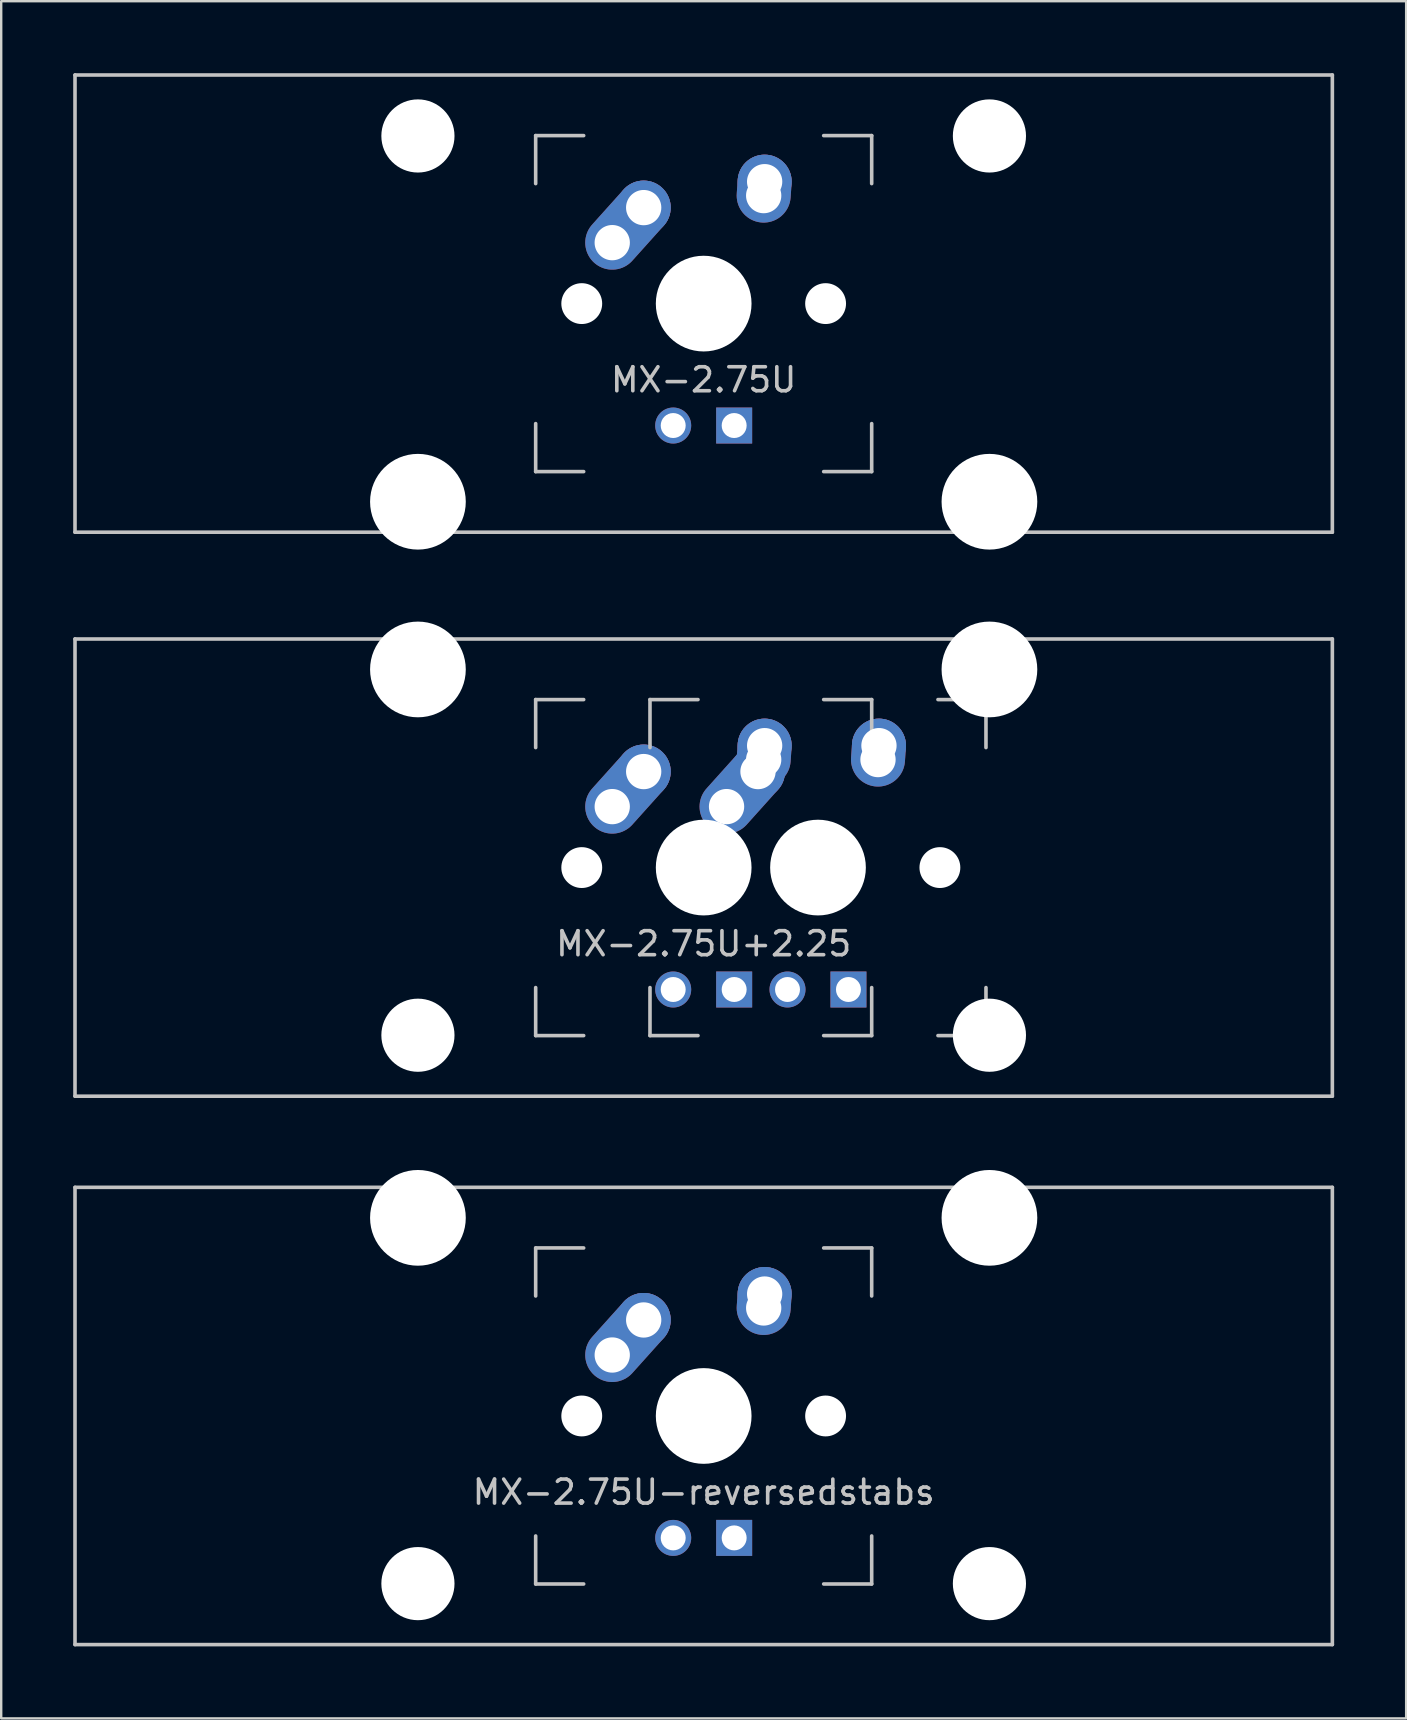
<source format=kicad_pcb>
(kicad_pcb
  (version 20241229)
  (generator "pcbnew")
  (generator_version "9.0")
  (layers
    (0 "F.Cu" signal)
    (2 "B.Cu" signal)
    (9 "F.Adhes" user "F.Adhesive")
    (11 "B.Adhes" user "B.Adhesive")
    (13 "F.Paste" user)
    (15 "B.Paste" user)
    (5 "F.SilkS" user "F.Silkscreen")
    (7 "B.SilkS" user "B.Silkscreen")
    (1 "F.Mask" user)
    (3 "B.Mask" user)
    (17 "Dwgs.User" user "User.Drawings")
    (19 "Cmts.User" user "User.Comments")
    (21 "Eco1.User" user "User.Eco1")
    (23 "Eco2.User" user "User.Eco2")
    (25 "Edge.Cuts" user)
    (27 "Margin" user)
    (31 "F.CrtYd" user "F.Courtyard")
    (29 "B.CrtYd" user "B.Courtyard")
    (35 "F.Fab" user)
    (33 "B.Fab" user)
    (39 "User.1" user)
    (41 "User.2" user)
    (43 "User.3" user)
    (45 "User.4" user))
  (footprint "MX-2.75U"
    (layer "F.Cu")
    (at 26.269 9.6)
    (property "Reference" "MX-2.75U" (at 0 3.175 0) (layer "Dwgs.User") (effects (font (size 1 1) (thickness 0.15))))
    (attr through_hole)
    (fp_line (start -26.194 -9.525) (end 26.194 -9.525) (stroke (width 0.15) (type solid)) (layer "Dwgs.User"))
    (fp_line (start -26.194 9.525) (end -26.194 -9.525) (stroke (width 0.15) (type solid)) (layer "Dwgs.User"))
    (fp_line (start -26.194 9.525) (end 26.194 9.525) (stroke (width 0.15) (type solid)) (layer "Dwgs.User"))
    (fp_line (start -7 -7) (end -7 -5) (stroke (width 0.15) (type solid)) (layer "Dwgs.User"))
    (fp_line (start -7 5) (end -7 7) (stroke (width 0.15) (type solid)) (layer "Dwgs.User"))
    (fp_line (start -7 7) (end -5 7) (stroke (width 0.15) (type solid)) (layer "Dwgs.User"))
    (fp_line (start -5 -7) (end -7 -7) (stroke (width 0.15) (type solid)) (layer "Dwgs.User"))
    (fp_line (start 5 -7) (end 7 -7) (stroke (width 0.15) (type solid)) (layer "Dwgs.User"))
    (fp_line (start 5 7) (end 7 7) (stroke (width 0.15) (type solid)) (layer "Dwgs.User"))
    (fp_line (start 7 -7) (end 7 -5) (stroke (width 0.15) (type solid)) (layer "Dwgs.User"))
    (fp_line (start 7 7) (end 7 5) (stroke (width 0.15) (type solid)) (layer "Dwgs.User"))
    (fp_line (start 26.194 -9.525) (end 26.194 9.525) (stroke (width 0.15) (type solid)) (layer "Dwgs.User"))
    (pad "" np_thru_hole circle (at -11.906 -6.985) (size 3.048 3.048) (drill 3.048) (layers "*.Cu" "*.Mask"))
    (pad "" np_thru_hole circle (at -11.906 8.255) (size 3.988 3.988) (drill 3.988) (layers "*.Cu" "*.Mask"))
    (pad "" np_thru_hole circle (at -5.08 0 48.1) (size 1.702 1.702) (drill 1.702) (layers "*.Cu" "*.Mask"))
    (pad "" np_thru_hole circle (at 0 0) (size 3.988 3.988) (drill 3.988) (layers "*.Cu" "*.Mask"))
    (pad "" np_thru_hole circle (at 5.08 0 48.1) (size 1.702 1.702) (drill 1.702) (layers "*.Cu" "*.Mask"))
    (pad "" np_thru_hole circle (at 11.906 -6.985) (size 3.048 3.048) (drill 3.048) (layers "*.Cu" "*.Mask"))
    (pad "" np_thru_hole circle (at 11.906 8.255) (size 3.988 3.988) (drill 3.988) (layers "*.Cu" "*.Mask"))
    (pad "1" thru_hole oval (at -3.81 -2.54 48.1) (size 4.212 2.25) (drill 1.47 (offset 0.981 0)) (layers "*.Cu" "*.Mask"))
    (pad "1" thru_hole circle (at -2.5 -4) (size 2.25 2.25) (drill 1.47) (layers "*.Cu" "*.Mask"))
    (pad "2" thru_hole oval (at 2.5 -4.5 86.055) (size 2.831 2.25) (drill 1.47 (offset 0.291 0)) (layers "*.Cu" "*.Mask"))
    (pad "2" thru_hole circle (at 2.54 -5.08) (size 2.25 2.25) (drill 1.47) (layers "*.Cu" "*.Mask"))
    (pad "3" thru_hole circle (at -1.27 5.08) (size 1.5 1.5) (drill 1.04) (layers "*.Cu" "*.Mask"))
    (pad "4" thru_hole rect (at 1.27 5.08) (size 1.5 1.5) (drill 1.04) (layers "*.Cu" "*.Mask")))
  (footprint "MX-2.75U-reversedstabs"
    (layer "F.Cu")
    (at 26.269 55.947)
    (property "Reference" "MX-2.75U-reversedstabs" (at 0 3.175 0) (layer "Dwgs.User") (effects (font (size 1 1) (thickness 0.15))))
    (attr through_hole)
    (fp_line (start -26.194 -9.525) (end 26.194 -9.525) (stroke (width 0.15) (type solid)) (layer "Dwgs.User"))
    (fp_line (start -26.194 9.525) (end -26.194 -9.525) (stroke (width 0.15) (type solid)) (layer "Dwgs.User"))
    (fp_line (start -26.194 9.525) (end 26.194 9.525) (stroke (width 0.15) (type solid)) (layer "Dwgs.User"))
    (fp_line (start -7 -7) (end -7 -5) (stroke (width 0.15) (type solid)) (layer "Dwgs.User"))
    (fp_line (start -7 5) (end -7 7) (stroke (width 0.15) (type solid)) (layer "Dwgs.User"))
    (fp_line (start -7 7) (end -5 7) (stroke (width 0.15) (type solid)) (layer "Dwgs.User"))
    (fp_line (start -5 -7) (end -7 -7) (stroke (width 0.15) (type solid)) (layer "Dwgs.User"))
    (fp_line (start 5 -7) (end 7 -7) (stroke (width 0.15) (type solid)) (layer "Dwgs.User"))
    (fp_line (start 5 7) (end 7 7) (stroke (width 0.15) (type solid)) (layer "Dwgs.User"))
    (fp_line (start 7 -7) (end 7 -5) (stroke (width 0.15) (type solid)) (layer "Dwgs.User"))
    (fp_line (start 7 7) (end 7 5) (stroke (width 0.15) (type solid)) (layer "Dwgs.User"))
    (fp_line (start 26.194 -9.525) (end 26.194 9.525) (stroke (width 0.15) (type solid)) (layer "Dwgs.User"))
    (pad "" np_thru_hole circle (at -11.906 -8.255) (size 3.988 3.988) (drill 3.988) (layers "*.Cu" "*.Mask"))
    (pad "" np_thru_hole circle (at -11.906 6.985) (size 3.048 3.048) (drill 3.048) (layers "*.Cu" "*.Mask"))
    (pad "" np_thru_hole circle (at -5.08 0 48.1) (size 1.702 1.702) (drill 1.702) (layers "*.Cu" "*.Mask"))
    (pad "" np_thru_hole circle (at 0 0) (size 3.988 3.988) (drill 3.988) (layers "*.Cu" "*.Mask"))
    (pad "" np_thru_hole circle (at 5.08 0 48.1) (size 1.702 1.702) (drill 1.702) (layers "*.Cu" "*.Mask"))
    (pad "" np_thru_hole circle (at 11.906 -8.255) (size 3.988 3.988) (drill 3.988) (layers "*.Cu" "*.Mask"))
    (pad "" np_thru_hole circle (at 11.906 6.985) (size 3.048 3.048) (drill 3.048) (layers "*.Cu" "*.Mask"))
    (pad "1" thru_hole oval (at -3.81 -2.54 48.1) (size 4.212 2.25) (drill 1.47 (offset 0.981 0)) (layers "*.Cu" "*.Mask"))
    (pad "1" thru_hole circle (at -2.5 -4) (size 2.25 2.25) (drill 1.47) (layers "*.Cu" "*.Mask"))
    (pad "2" thru_hole oval (at 2.5 -4.5 86.055) (size 2.831 2.25) (drill 1.47 (offset 0.291 0)) (layers "*.Cu" "*.Mask"))
    (pad "2" thru_hole circle (at 2.54 -5.08) (size 2.25 2.25) (drill 1.47) (layers "*.Cu" "*.Mask"))
    (pad "3" thru_hole circle (at -1.27 5.08) (size 1.5 1.5) (drill 1.04) (layers "*.Cu" "*.Mask"))
    (pad "4" thru_hole rect (at 1.27 5.08) (size 1.5 1.5) (drill 1.04) (layers "*.Cu" "*.Mask")))
  (footprint "MX-2.75U+2.25"
    (layer "F.Cu")
    (at 26.269 33.098)
    (property "Reference" "MX-2.75U+2.25" (at 0 3.175 0) (layer "Dwgs.User") (effects (font (size 1 1) (thickness 0.15))))
    (attr through_hole)
    (fp_line (start -26.194 -9.525) (end 26.194 -9.525) (stroke (width 0.15) (type solid)) (layer "Dwgs.User"))
    (fp_line (start -26.194 9.525) (end -26.194 -9.525) (stroke (width 0.15) (type solid)) (layer "Dwgs.User"))
    (fp_line (start -26.194 9.525) (end 26.194 9.525) (stroke (width 0.15) (type solid)) (layer "Dwgs.User"))
    (fp_line (start -7 -7) (end -7 -5) (stroke (width 0.15) (type solid)) (layer "Dwgs.User"))
    (fp_line (start -7 5) (end -7 7) (stroke (width 0.15) (type solid)) (layer "Dwgs.User"))
    (fp_line (start -7 7) (end -5 7) (stroke (width 0.15) (type solid)) (layer "Dwgs.User"))
    (fp_line (start -5 -7) (end -7 -7) (stroke (width 0.15) (type solid)) (layer "Dwgs.User"))
    (fp_line (start -2.237 -7) (end -2.237 -5) (stroke (width 0.15) (type solid)) (layer "Dwgs.User"))
    (fp_line (start -2.237 5) (end -2.237 7) (stroke (width 0.15) (type solid)) (layer "Dwgs.User"))
    (fp_line (start -2.237 7) (end -0.237 7) (stroke (width 0.15) (type solid)) (layer "Dwgs.User"))
    (fp_line (start -0.237 -7) (end -2.237 -7) (stroke (width 0.15) (type solid)) (layer "Dwgs.User"))
    (fp_line (start 5 -7) (end 7 -7) (stroke (width 0.15) (type solid)) (layer "Dwgs.User"))
    (fp_line (start 5 7) (end 7 7) (stroke (width 0.15) (type solid)) (layer "Dwgs.User"))
    (fp_line (start 7 -7) (end 7 -5) (stroke (width 0.15) (type solid)) (layer "Dwgs.User"))
    (fp_line (start 7 7) (end 7 5) (stroke (width 0.15) (type solid)) (layer "Dwgs.User"))
    (fp_line (start 9.762 -7) (end 11.762 -7) (stroke (width 0.15) (type solid)) (layer "Dwgs.User"))
    (fp_line (start 9.762 7) (end 11.762 7) (stroke (width 0.15) (type solid)) (layer "Dwgs.User"))
    (fp_line (start 11.762 -7) (end 11.762 -5) (stroke (width 0.15) (type solid)) (layer "Dwgs.User"))
    (fp_line (start 11.762 7) (end 11.762 5) (stroke (width 0.15) (type solid)) (layer "Dwgs.User"))
    (fp_line (start 26.194 -9.525) (end 26.194 9.525) (stroke (width 0.15) (type solid)) (layer "Dwgs.User"))
    (pad "" np_thru_hole circle (at -11.906 -8.255) (size 3.988 3.988) (drill 3.988) (layers "*.Cu" "*.Mask"))
    (pad "" np_thru_hole circle (at -11.906 6.985) (size 3.048 3.048) (drill 3.048) (layers "*.Cu" "*.Mask"))
    (pad "" np_thru_hole circle (at -5.08 0 48.1) (size 1.702 1.702) (drill 1.702) (layers "*.Cu" "*.Mask"))
    (pad "" np_thru_hole circle (at -0.318 0 48.1) (size 1.702 1.702) (drill 1.702) (layers "*.Cu" "*.Mask"))
    (pad "" np_thru_hole circle (at 0 0) (size 3.988 3.988) (drill 3.988) (layers "*.Cu" "*.Mask"))
    (pad "" np_thru_hole circle (at 4.763 0) (size 3.988 3.988) (drill 3.988) (layers "*.Cu" "*.Mask"))
    (pad "" np_thru_hole circle (at 5.08 0 48.1) (size 1.702 1.702) (drill 1.702) (layers "*.Cu" "*.Mask"))
    (pad "" np_thru_hole circle (at 9.842 0 48.1) (size 1.702 1.702) (drill 1.702) (layers "*.Cu" "*.Mask"))
    (pad "" np_thru_hole circle (at 11.906 -8.255) (size 3.988 3.988) (drill 3.988) (layers "*.Cu" "*.Mask"))
    (pad "" np_thru_hole circle (at 11.906 6.985) (size 3.048 3.048) (drill 3.048) (layers "*.Cu" "*.Mask"))
    (pad "1" thru_hole oval (at 0.953 -2.54 48.1) (size 4.212 2.25) (drill 1.47 (offset 0.981 0)) (layers "*.Cu" "*.Mask"))
    (pad "1" thru_hole circle (at 2.263 -4) (size 2.25 2.25) (drill 1.47) (layers "*.Cu" "*.Mask"))
    (pad "1" thru_hole oval (at 2.5 -4.5 86.055) (size 2.831 2.25) (drill 1.47 (offset 0.291 0)) (layers "*.Cu" "*.Mask"))
    (pad "1" thru_hole circle (at 2.54 -5.08) (size 2.25 2.25) (drill 1.47) (layers "*.Cu" "*.Mask"))
    (pad "2" thru_hole oval (at -3.81 -2.54 48.1) (size 4.212 2.25) (drill 1.47 (offset 0.981 0)) (layers "*.Cu" "*.Mask"))
    (pad "2" thru_hole circle (at -2.5 -4) (size 2.25 2.25) (drill 1.47) (layers "*.Cu" "*.Mask"))
    (pad "2" thru_hole oval (at 7.263 -4.5 86.055) (size 2.831 2.25) (drill 1.47 (offset 0.291 0)) (layers "*.Cu" "*.Mask"))
    (pad "2" thru_hole circle (at 7.303 -5.08) (size 2.25 2.25) (drill 1.47) (layers "*.Cu" "*.Mask"))
    (pad "3" thru_hole circle (at -1.27 5.08) (size 1.5 1.5) (drill 1.04) (layers "*.Cu" "*.Mask"))
    (pad "3" thru_hole circle (at 3.493 5.08) (size 1.5 1.5) (drill 1.04) (layers "*.Cu" "*.Mask"))
    (pad "4" thru_hole rect (at 1.27 5.08) (size 1.5 1.5) (drill 1.04) (layers "*.Cu" "*.Mask"))
    (pad "4" thru_hole rect (at 6.032 5.08) (size 1.5 1.5) (drill 1.04) (layers "*.Cu" "*.Mask")))
  (gr_rect
    (start -3 -3)
    (end 55.538 68.547)
    (stroke (width 0.1) (type default))
    (fill no)
    (layer "Edge.Cuts")))
</source>
